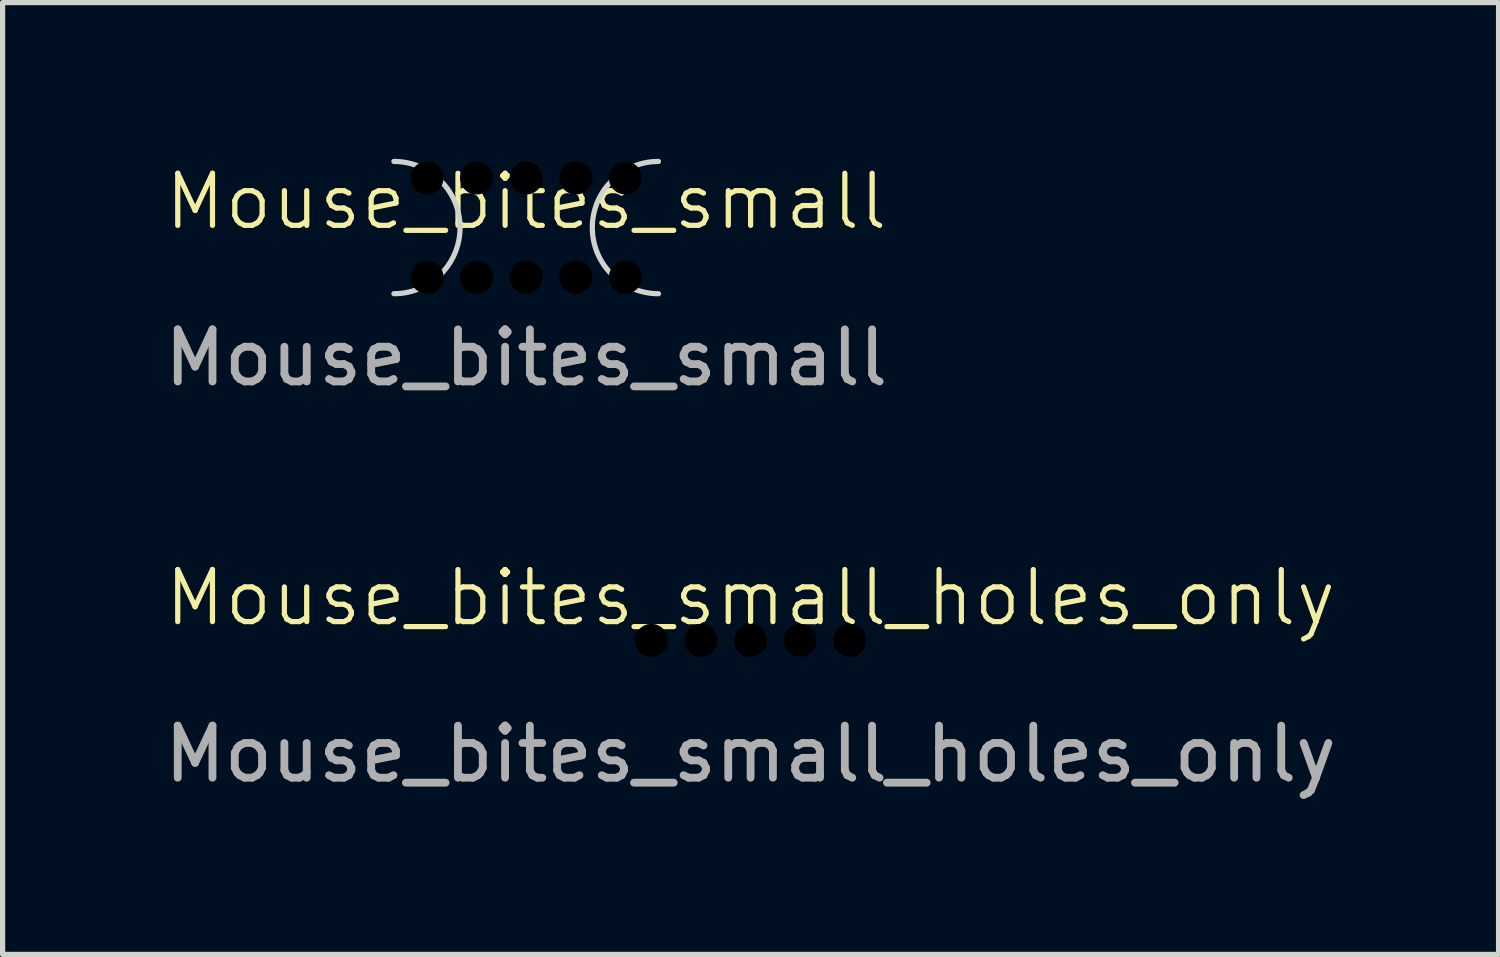
<source format=kicad_pcb>
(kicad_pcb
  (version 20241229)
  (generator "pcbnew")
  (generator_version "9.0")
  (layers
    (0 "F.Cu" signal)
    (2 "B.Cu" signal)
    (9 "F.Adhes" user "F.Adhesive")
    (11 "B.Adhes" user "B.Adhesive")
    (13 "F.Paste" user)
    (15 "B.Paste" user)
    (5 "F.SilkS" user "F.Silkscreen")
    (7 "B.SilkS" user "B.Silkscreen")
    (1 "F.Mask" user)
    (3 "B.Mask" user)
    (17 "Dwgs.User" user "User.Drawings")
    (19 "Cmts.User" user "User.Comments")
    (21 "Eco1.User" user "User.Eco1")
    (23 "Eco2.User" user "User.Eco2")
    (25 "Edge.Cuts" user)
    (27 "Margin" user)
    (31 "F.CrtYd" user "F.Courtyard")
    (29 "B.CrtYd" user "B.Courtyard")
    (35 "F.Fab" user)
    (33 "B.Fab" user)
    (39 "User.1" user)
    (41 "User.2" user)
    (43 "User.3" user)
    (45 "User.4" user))
  (footprint "Mouse_bites_small"
    (layer "F.Cu")
    (at 7.054 1.32)
    (property "Reference" "Mouse_bites_small" (at 0 -0.5 0) (unlocked yes) (layer "F.SilkS") (effects (font (size 1 1) (thickness 0.1))))
    (fp_arc (start -2.54 -1.27) (mid -1.27 0) (end -2.54 1.27) (stroke (width 0.1) (type default)) (layer "Edge.Cuts"))
    (fp_arc (start 2.54 1.27) (mid 1.27 0) (end 2.54 -1.27) (stroke (width 0.1) (type default)) (layer "Edge.Cuts"))
    (fp_text user "${REFERENCE}" (at 0 2.5 0) (unlocked yes) (layer "F.Fab") (effects (font (size 1 1) (thickness 0.15))))
    (pad "" np_thru_hole circle (at -1.905 -0.953) (size 0.635 0.635) (drill 0.635) (layers "*.Mask"))
    (pad "" np_thru_hole circle (at -1.905 0.953) (size 0.635 0.635) (drill 0.635) (layers "*.Mask"))
    (pad "" np_thru_hole circle (at -0.953 -0.953) (size 0.635 0.635) (drill 0.635) (layers "*.Mask"))
    (pad "" np_thru_hole circle (at -0.953 0.953) (size 0.635 0.635) (drill 0.635) (layers "*.Mask"))
    (pad "" np_thru_hole circle (at 0 -0.953) (size 0.635 0.635) (drill 0.635) (layers "*.Mask"))
    (pad "" np_thru_hole circle (at 0 0.953) (size 0.635 0.635) (drill 0.635) (layers "*.Mask"))
    (pad "" np_thru_hole circle (at 0.953 -0.953) (size 0.635 0.635) (drill 0.635) (layers "*.Mask"))
    (pad "" np_thru_hole circle (at 0.953 0.953) (size 0.635 0.635) (drill 0.635) (layers "*.Mask"))
    (pad "" np_thru_hole circle (at 1.905 -0.953) (size 0.635 0.635) (drill 0.635) (layers "*.Mask"))
    (pad "" np_thru_hole circle (at 1.905 0.953) (size 0.635 0.635) (drill 0.635) (layers "*.Mask")))
  (footprint "Mouse_bites_small_holes_only"
    (layer "F.Cu")
    (at 11.363 8.929)
    (property "Reference" "Mouse_bites_small_holes_only" (at 0 -0.5 0) (unlocked yes) (layer "F.SilkS") (effects (font (size 1 1) (thickness 0.1))))
    (fp_text user "${REFERENCE}" (at 0 2.5 0) (unlocked yes) (layer "F.Fab") (effects (font (size 1 1) (thickness 0.15))))
    (pad "" np_thru_hole circle (at -1.905 0.318) (size 0.635 0.635) (drill 0.635) (layers "*.Mask"))
    (pad "" np_thru_hole circle (at -0.953 0.318) (size 0.635 0.635) (drill 0.635) (layers "*.Mask"))
    (pad "" np_thru_hole circle (at 0 0.318) (size 0.635 0.635) (drill 0.635) (layers "*.Mask"))
    (pad "" np_thru_hole circle (at 0.953 0.318) (size 0.635 0.635) (drill 0.635) (layers "*.Mask"))
    (pad "" np_thru_hole circle (at 1.905 0.318) (size 0.635 0.635) (drill 0.635) (layers "*.Mask")))
  (gr_rect
    (start -3 -3)
    (end 25.726 15.277)
    (stroke (width 0.1) (type default))
    (fill no)
    (layer "Edge.Cuts")))
</source>
